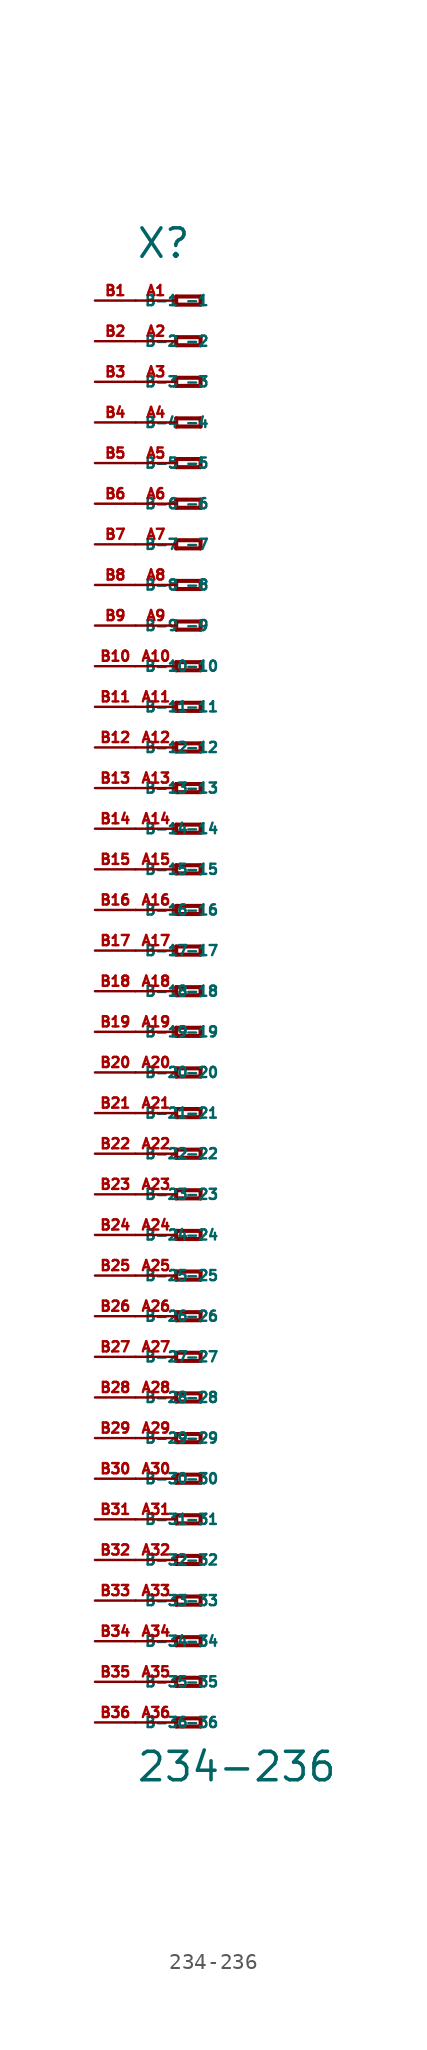
<source format=kicad_sym>
(kicad_symbol_lib
  (version 20220914)
  (generator Eagle2Kicad)
  (symbol "234-236"
    (property "Reference" "X"
      (at -5.08 45.72 0)
      (effects (font (size 1.778 1.778) (thickness 0.22)) (justify left bottom)))
    (property "Value" "234-236"
      (at -5.08 -49.53 0)
      (effects (font (size 1.778 1.778) (thickness 0.22)) (justify left bottom)))
    (polyline
      (pts (xy -2.54 43.434) (xy -2.54 42.926))
      (stroke (width 0.254) (type default))
      (fill (type none)))
    (polyline
      (pts (xy -2.54 42.926) (xy -1.016 42.926))
      (stroke (width 0.254) (type default))
      (fill (type none)))
    (polyline
      (pts (xy -1.016 42.926) (xy -1.016 43.434))
      (stroke (width 0.254) (type default))
      (fill (type none)))
    (polyline
      (pts (xy -1.016 43.434) (xy -2.54 43.434))
      (stroke (width 0.254) (type default))
      (fill (type none)))
    (polyline
      (pts (xy -2.54 40.894) (xy -2.54 40.386))
      (stroke (width 0.254) (type default))
      (fill (type none)))
    (polyline
      (pts (xy -2.54 40.386) (xy -1.016 40.386))
      (stroke (width 0.254) (type default))
      (fill (type none)))
    (polyline
      (pts (xy -1.016 40.386) (xy -1.016 40.894))
      (stroke (width 0.254) (type default))
      (fill (type none)))
    (polyline
      (pts (xy -1.016 40.894) (xy -2.54 40.894))
      (stroke (width 0.254) (type default))
      (fill (type none)))
    (polyline
      (pts (xy -2.54 38.354) (xy -2.54 37.846))
      (stroke (width 0.254) (type default))
      (fill (type none)))
    (polyline
      (pts (xy -2.54 37.846) (xy -1.016 37.846))
      (stroke (width 0.254) (type default))
      (fill (type none)))
    (polyline
      (pts (xy -1.016 37.846) (xy -1.016 38.354))
      (stroke (width 0.254) (type default))
      (fill (type none)))
    (polyline
      (pts (xy -1.016 38.354) (xy -2.54 38.354))
      (stroke (width 0.254) (type default))
      (fill (type none)))
    (polyline
      (pts (xy -2.54 35.814) (xy -2.54 35.306))
      (stroke (width 0.254) (type default))
      (fill (type none)))
    (polyline
      (pts (xy -2.54 35.306) (xy -1.016 35.306))
      (stroke (width 0.254) (type default))
      (fill (type none)))
    (polyline
      (pts (xy -1.016 35.306) (xy -1.016 35.814))
      (stroke (width 0.254) (type default))
      (fill (type none)))
    (polyline
      (pts (xy -1.016 35.814) (xy -2.54 35.814))
      (stroke (width 0.254) (type default))
      (fill (type none)))
    (polyline
      (pts (xy -2.54 33.274) (xy -2.54 32.766))
      (stroke (width 0.254) (type default))
      (fill (type none)))
    (polyline
      (pts (xy -2.54 32.766) (xy -1.016 32.766))
      (stroke (width 0.254) (type default))
      (fill (type none)))
    (polyline
      (pts (xy -1.016 32.766) (xy -1.016 33.274))
      (stroke (width 0.254) (type default))
      (fill (type none)))
    (polyline
      (pts (xy -1.016 33.274) (xy -2.54 33.274))
      (stroke (width 0.254) (type default))
      (fill (type none)))
    (polyline
      (pts (xy -2.54 30.734) (xy -2.54 30.226))
      (stroke (width 0.254) (type default))
      (fill (type none)))
    (polyline
      (pts (xy -2.54 30.226) (xy -1.016 30.226))
      (stroke (width 0.254) (type default))
      (fill (type none)))
    (polyline
      (pts (xy -1.016 30.226) (xy -1.016 30.734))
      (stroke (width 0.254) (type default))
      (fill (type none)))
    (polyline
      (pts (xy -1.016 30.734) (xy -2.54 30.734))
      (stroke (width 0.254) (type default))
      (fill (type none)))
    (polyline
      (pts (xy -2.54 28.194) (xy -2.54 27.686))
      (stroke (width 0.254) (type default))
      (fill (type none)))
    (polyline
      (pts (xy -2.54 27.686) (xy -1.016 27.686))
      (stroke (width 0.254) (type default))
      (fill (type none)))
    (polyline
      (pts (xy -1.016 27.686) (xy -1.016 28.194))
      (stroke (width 0.254) (type default))
      (fill (type none)))
    (polyline
      (pts (xy -1.016 28.194) (xy -2.54 28.194))
      (stroke (width 0.254) (type default))
      (fill (type none)))
    (polyline
      (pts (xy -2.54 25.654) (xy -2.54 25.146))
      (stroke (width 0.254) (type default))
      (fill (type none)))
    (polyline
      (pts (xy -2.54 25.146) (xy -1.016 25.146))
      (stroke (width 0.254) (type default))
      (fill (type none)))
    (polyline
      (pts (xy -1.016 25.146) (xy -1.016 25.654))
      (stroke (width 0.254) (type default))
      (fill (type none)))
    (polyline
      (pts (xy -1.016 25.654) (xy -2.54 25.654))
      (stroke (width 0.254) (type default))
      (fill (type none)))
    (polyline
      (pts (xy -2.54 23.114) (xy -2.54 22.606))
      (stroke (width 0.254) (type default))
      (fill (type none)))
    (polyline
      (pts (xy -2.54 22.606) (xy -1.016 22.606))
      (stroke (width 0.254) (type default))
      (fill (type none)))
    (polyline
      (pts (xy -1.016 22.606) (xy -1.016 23.114))
      (stroke (width 0.254) (type default))
      (fill (type none)))
    (polyline
      (pts (xy -1.016 23.114) (xy -2.54 23.114))
      (stroke (width 0.254) (type default))
      (fill (type none)))
    (polyline
      (pts (xy -2.54 20.574) (xy -2.54 20.066))
      (stroke (width 0.254) (type default))
      (fill (type none)))
    (polyline
      (pts (xy -2.54 20.066) (xy -1.016 20.066))
      (stroke (width 0.254) (type default))
      (fill (type none)))
    (polyline
      (pts (xy -1.016 20.066) (xy -1.016 20.574))
      (stroke (width 0.254) (type default))
      (fill (type none)))
    (polyline
      (pts (xy -1.016 20.574) (xy -2.54 20.574))
      (stroke (width 0.254) (type default))
      (fill (type none)))
    (polyline
      (pts (xy -2.54 18.034) (xy -2.54 17.526))
      (stroke (width 0.254) (type default))
      (fill (type none)))
    (polyline
      (pts (xy -2.54 17.526) (xy -1.016 17.526))
      (stroke (width 0.254) (type default))
      (fill (type none)))
    (polyline
      (pts (xy -1.016 17.526) (xy -1.016 18.034))
      (stroke (width 0.254) (type default))
      (fill (type none)))
    (polyline
      (pts (xy -1.016 18.034) (xy -2.54 18.034))
      (stroke (width 0.254) (type default))
      (fill (type none)))
    (polyline
      (pts (xy -2.54 15.494) (xy -2.54 14.986))
      (stroke (width 0.254) (type default))
      (fill (type none)))
    (polyline
      (pts (xy -2.54 14.986) (xy -1.016 14.986))
      (stroke (width 0.254) (type default))
      (fill (type none)))
    (polyline
      (pts (xy -1.016 14.986) (xy -1.016 15.494))
      (stroke (width 0.254) (type default))
      (fill (type none)))
    (polyline
      (pts (xy -1.016 15.494) (xy -2.54 15.494))
      (stroke (width 0.254) (type default))
      (fill (type none)))
    (polyline
      (pts (xy -2.54 12.954) (xy -2.54 12.446))
      (stroke (width 0.254) (type default))
      (fill (type none)))
    (polyline
      (pts (xy -2.54 12.446) (xy -1.016 12.446))
      (stroke (width 0.254) (type default))
      (fill (type none)))
    (polyline
      (pts (xy -1.016 12.446) (xy -1.016 12.954))
      (stroke (width 0.254) (type default))
      (fill (type none)))
    (polyline
      (pts (xy -1.016 12.954) (xy -2.54 12.954))
      (stroke (width 0.254) (type default))
      (fill (type none)))
    (polyline
      (pts (xy -2.54 10.414) (xy -2.54 9.906))
      (stroke (width 0.254) (type default))
      (fill (type none)))
    (polyline
      (pts (xy -2.54 9.906) (xy -1.016 9.906))
      (stroke (width 0.254) (type default))
      (fill (type none)))
    (polyline
      (pts (xy -1.016 9.906) (xy -1.016 10.414))
      (stroke (width 0.254) (type default))
      (fill (type none)))
    (polyline
      (pts (xy -1.016 10.414) (xy -2.54 10.414))
      (stroke (width 0.254) (type default))
      (fill (type none)))
    (polyline
      (pts (xy -2.54 7.874) (xy -2.54 7.366))
      (stroke (width 0.254) (type default))
      (fill (type none)))
    (polyline
      (pts (xy -2.54 7.366) (xy -1.016 7.366))
      (stroke (width 0.254) (type default))
      (fill (type none)))
    (polyline
      (pts (xy -1.016 7.366) (xy -1.016 7.874))
      (stroke (width 0.254) (type default))
      (fill (type none)))
    (polyline
      (pts (xy -1.016 7.874) (xy -2.54 7.874))
      (stroke (width 0.254) (type default))
      (fill (type none)))
    (polyline
      (pts (xy -2.54 5.334) (xy -2.54 4.826))
      (stroke (width 0.254) (type default))
      (fill (type none)))
    (polyline
      (pts (xy -2.54 4.826) (xy -1.016 4.826))
      (stroke (width 0.254) (type default))
      (fill (type none)))
    (polyline
      (pts (xy -1.016 4.826) (xy -1.016 5.334))
      (stroke (width 0.254) (type default))
      (fill (type none)))
    (polyline
      (pts (xy -1.016 5.334) (xy -2.54 5.334))
      (stroke (width 0.254) (type default))
      (fill (type none)))
    (polyline
      (pts (xy -2.54 2.794) (xy -2.54 2.286))
      (stroke (width 0.254) (type default))
      (fill (type none)))
    (polyline
      (pts (xy -2.54 2.286) (xy -1.016 2.286))
      (stroke (width 0.254) (type default))
      (fill (type none)))
    (polyline
      (pts (xy -1.016 2.286) (xy -1.016 2.794))
      (stroke (width 0.254) (type default))
      (fill (type none)))
    (polyline
      (pts (xy -1.016 2.794) (xy -2.54 2.794))
      (stroke (width 0.254) (type default))
      (fill (type none)))
    (polyline
      (pts (xy -2.54 0.254) (xy -2.54 -0.254))
      (stroke (width 0.254) (type default))
      (fill (type none)))
    (polyline
      (pts (xy -2.54 -0.254) (xy -1.016 -0.254))
      (stroke (width 0.254) (type default))
      (fill (type none)))
    (polyline
      (pts (xy -1.016 -0.254) (xy -1.016 0.254))
      (stroke (width 0.254) (type default))
      (fill (type none)))
    (polyline
      (pts (xy -1.016 0.254) (xy -2.54 0.254))
      (stroke (width 0.254) (type default))
      (fill (type none)))
    (polyline
      (pts (xy -2.54 -2.286) (xy -2.54 -2.794))
      (stroke (width 0.254) (type default))
      (fill (type none)))
    (polyline
      (pts (xy -2.54 -2.794) (xy -1.016 -2.794))
      (stroke (width 0.254) (type default))
      (fill (type none)))
    (polyline
      (pts (xy -1.016 -2.794) (xy -1.016 -2.286))
      (stroke (width 0.254) (type default))
      (fill (type none)))
    (polyline
      (pts (xy -1.016 -2.286) (xy -2.54 -2.286))
      (stroke (width 0.254) (type default))
      (fill (type none)))
    (polyline
      (pts (xy -2.54 -4.826) (xy -2.54 -5.334))
      (stroke (width 0.254) (type default))
      (fill (type none)))
    (polyline
      (pts (xy -2.54 -5.334) (xy -1.016 -5.334))
      (stroke (width 0.254) (type default))
      (fill (type none)))
    (polyline
      (pts (xy -1.016 -5.334) (xy -1.016 -4.826))
      (stroke (width 0.254) (type default))
      (fill (type none)))
    (polyline
      (pts (xy -1.016 -4.826) (xy -2.54 -4.826))
      (stroke (width 0.254) (type default))
      (fill (type none)))
    (polyline
      (pts (xy -2.54 -7.366) (xy -2.54 -7.874))
      (stroke (width 0.254) (type default))
      (fill (type none)))
    (polyline
      (pts (xy -2.54 -7.874) (xy -1.016 -7.874))
      (stroke (width 0.254) (type default))
      (fill (type none)))
    (polyline
      (pts (xy -1.016 -7.874) (xy -1.016 -7.366))
      (stroke (width 0.254) (type default))
      (fill (type none)))
    (polyline
      (pts (xy -1.016 -7.366) (xy -2.54 -7.366))
      (stroke (width 0.254) (type default))
      (fill (type none)))
    (polyline
      (pts (xy -2.54 -9.906) (xy -2.54 -10.414))
      (stroke (width 0.254) (type default))
      (fill (type none)))
    (polyline
      (pts (xy -2.54 -10.414) (xy -1.016 -10.414))
      (stroke (width 0.254) (type default))
      (fill (type none)))
    (polyline
      (pts (xy -1.016 -10.414) (xy -1.016 -9.906))
      (stroke (width 0.254) (type default))
      (fill (type none)))
    (polyline
      (pts (xy -1.016 -9.906) (xy -2.54 -9.906))
      (stroke (width 0.254) (type default))
      (fill (type none)))
    (polyline
      (pts (xy -2.54 -12.446) (xy -2.54 -12.954))
      (stroke (width 0.254) (type default))
      (fill (type none)))
    (polyline
      (pts (xy -2.54 -12.954) (xy -1.016 -12.954))
      (stroke (width 0.254) (type default))
      (fill (type none)))
    (polyline
      (pts (xy -1.016 -12.954) (xy -1.016 -12.446))
      (stroke (width 0.254) (type default))
      (fill (type none)))
    (polyline
      (pts (xy -1.016 -12.446) (xy -2.54 -12.446))
      (stroke (width 0.254) (type default))
      (fill (type none)))
    (polyline
      (pts (xy -2.54 -14.986) (xy -2.54 -15.494))
      (stroke (width 0.254) (type default))
      (fill (type none)))
    (polyline
      (pts (xy -2.54 -15.494) (xy -1.016 -15.494))
      (stroke (width 0.254) (type default))
      (fill (type none)))
    (polyline
      (pts (xy -1.016 -15.494) (xy -1.016 -14.986))
      (stroke (width 0.254) (type default))
      (fill (type none)))
    (polyline
      (pts (xy -1.016 -14.986) (xy -2.54 -14.986))
      (stroke (width 0.254) (type default))
      (fill (type none)))
    (polyline
      (pts (xy -2.54 -17.526) (xy -2.54 -18.034))
      (stroke (width 0.254) (type default))
      (fill (type none)))
    (polyline
      (pts (xy -2.54 -18.034) (xy -1.016 -18.034))
      (stroke (width 0.254) (type default))
      (fill (type none)))
    (polyline
      (pts (xy -1.016 -18.034) (xy -1.016 -17.526))
      (stroke (width 0.254) (type default))
      (fill (type none)))
    (polyline
      (pts (xy -1.016 -17.526) (xy -2.54 -17.526))
      (stroke (width 0.254) (type default))
      (fill (type none)))
    (polyline
      (pts (xy -2.54 -20.066) (xy -2.54 -20.574))
      (stroke (width 0.254) (type default))
      (fill (type none)))
    (polyline
      (pts (xy -2.54 -20.574) (xy -1.016 -20.574))
      (stroke (width 0.254) (type default))
      (fill (type none)))
    (polyline
      (pts (xy -1.016 -20.574) (xy -1.016 -20.066))
      (stroke (width 0.254) (type default))
      (fill (type none)))
    (polyline
      (pts (xy -1.016 -20.066) (xy -2.54 -20.066))
      (stroke (width 0.254) (type default))
      (fill (type none)))
    (polyline
      (pts (xy -2.54 -22.606) (xy -2.54 -23.114))
      (stroke (width 0.254) (type default))
      (fill (type none)))
    (polyline
      (pts (xy -2.54 -23.114) (xy -1.016 -23.114))
      (stroke (width 0.254) (type default))
      (fill (type none)))
    (polyline
      (pts (xy -1.016 -23.114) (xy -1.016 -22.606))
      (stroke (width 0.254) (type default))
      (fill (type none)))
    (polyline
      (pts (xy -1.016 -22.606) (xy -2.54 -22.606))
      (stroke (width 0.254) (type default))
      (fill (type none)))
    (polyline
      (pts (xy -2.54 -25.146) (xy -2.54 -25.654))
      (stroke (width 0.254) (type default))
      (fill (type none)))
    (polyline
      (pts (xy -2.54 -25.654) (xy -1.016 -25.654))
      (stroke (width 0.254) (type default))
      (fill (type none)))
    (polyline
      (pts (xy -1.016 -25.654) (xy -1.016 -25.146))
      (stroke (width 0.254) (type default))
      (fill (type none)))
    (polyline
      (pts (xy -1.016 -25.146) (xy -2.54 -25.146))
      (stroke (width 0.254) (type default))
      (fill (type none)))
    (polyline
      (pts (xy -2.54 -27.686) (xy -2.54 -28.194))
      (stroke (width 0.254) (type default))
      (fill (type none)))
    (polyline
      (pts (xy -2.54 -28.194) (xy -1.016 -28.194))
      (stroke (width 0.254) (type default))
      (fill (type none)))
    (polyline
      (pts (xy -1.016 -28.194) (xy -1.016 -27.686))
      (stroke (width 0.254) (type default))
      (fill (type none)))
    (polyline
      (pts (xy -1.016 -27.686) (xy -2.54 -27.686))
      (stroke (width 0.254) (type default))
      (fill (type none)))
    (polyline
      (pts (xy -2.54 -30.226) (xy -2.54 -30.734))
      (stroke (width 0.254) (type default))
      (fill (type none)))
    (polyline
      (pts (xy -2.54 -30.734) (xy -1.016 -30.734))
      (stroke (width 0.254) (type default))
      (fill (type none)))
    (polyline
      (pts (xy -1.016 -30.734) (xy -1.016 -30.226))
      (stroke (width 0.254) (type default))
      (fill (type none)))
    (polyline
      (pts (xy -1.016 -30.226) (xy -2.54 -30.226))
      (stroke (width 0.254) (type default))
      (fill (type none)))
    (polyline
      (pts (xy -2.54 -32.766) (xy -2.54 -33.274))
      (stroke (width 0.254) (type default))
      (fill (type none)))
    (polyline
      (pts (xy -2.54 -33.274) (xy -1.016 -33.274))
      (stroke (width 0.254) (type default))
      (fill (type none)))
    (polyline
      (pts (xy -1.016 -33.274) (xy -1.016 -32.766))
      (stroke (width 0.254) (type default))
      (fill (type none)))
    (polyline
      (pts (xy -1.016 -32.766) (xy -2.54 -32.766))
      (stroke (width 0.254) (type default))
      (fill (type none)))
    (polyline
      (pts (xy -2.54 -35.306) (xy -2.54 -35.814))
      (stroke (width 0.254) (type default))
      (fill (type none)))
    (polyline
      (pts (xy -2.54 -35.814) (xy -1.016 -35.814))
      (stroke (width 0.254) (type default))
      (fill (type none)))
    (polyline
      (pts (xy -1.016 -35.814) (xy -1.016 -35.306))
      (stroke (width 0.254) (type default))
      (fill (type none)))
    (polyline
      (pts (xy -1.016 -35.306) (xy -2.54 -35.306))
      (stroke (width 0.254) (type default))
      (fill (type none)))
    (polyline
      (pts (xy -2.54 -37.846) (xy -2.54 -38.354))
      (stroke (width 0.254) (type default))
      (fill (type none)))
    (polyline
      (pts (xy -2.54 -38.354) (xy -1.016 -38.354))
      (stroke (width 0.254) (type default))
      (fill (type none)))
    (polyline
      (pts (xy -1.016 -38.354) (xy -1.016 -37.846))
      (stroke (width 0.254) (type default))
      (fill (type none)))
    (polyline
      (pts (xy -1.016 -37.846) (xy -2.54 -37.846))
      (stroke (width 0.254) (type default))
      (fill (type none)))
    (polyline
      (pts (xy -2.54 -40.386) (xy -2.54 -40.894))
      (stroke (width 0.254) (type default))
      (fill (type none)))
    (polyline
      (pts (xy -2.54 -40.894) (xy -1.016 -40.894))
      (stroke (width 0.254) (type default))
      (fill (type none)))
    (polyline
      (pts (xy -1.016 -40.894) (xy -1.016 -40.386))
      (stroke (width 0.254) (type default))
      (fill (type none)))
    (polyline
      (pts (xy -1.016 -40.386) (xy -2.54 -40.386))
      (stroke (width 0.254) (type default))
      (fill (type none)))
    (polyline
      (pts (xy -2.54 -42.926) (xy -2.54 -43.434))
      (stroke (width 0.254) (type default))
      (fill (type none)))
    (polyline
      (pts (xy -2.54 -43.434) (xy -1.016 -43.434))
      (stroke (width 0.254) (type default))
      (fill (type none)))
    (polyline
      (pts (xy -1.016 -43.434) (xy -1.016 -42.926))
      (stroke (width 0.254) (type default))
      (fill (type none)))
    (polyline
      (pts (xy -1.016 -42.926) (xy -2.54 -42.926))
      (stroke (width 0.254) (type default))
      (fill (type none)))
    (polyline
      (pts (xy -2.54 -45.466) (xy -2.54 -45.974))
      (stroke (width 0.254) (type default))
      (fill (type none)))
    (polyline
      (pts (xy -2.54 -45.974) (xy -1.016 -45.974))
      (stroke (width 0.254) (type default))
      (fill (type none)))
    (polyline
      (pts (xy -1.016 -45.974) (xy -1.016 -45.466))
      (stroke (width 0.254) (type default))
      (fill (type none)))
    (polyline
      (pts (xy -1.016 -45.466) (xy -2.54 -45.466))
      (stroke (width 0.254) (type default))
      (fill (type none)))
    (pin passive line
      (at -5.08 43.18 0)
      (length 2.54)
      (name "-1" (effects (font (size 0.635 0.635) (thickness 0.08)) (justify left bottom)))
      (number "A1" (effects (font (size 0.635 0.635) (thickness 0.08)) (justify left bottom))))
    (pin passive line
      (at -5.08 40.64 0)
      (length 2.54)
      (name "-2" (effects (font (size 0.635 0.635) (thickness 0.08)) (justify left bottom)))
      (number "A2" (effects (font (size 0.635 0.635) (thickness 0.08)) (justify left bottom))))
    (pin passive line
      (at -5.08 38.1 0)
      (length 2.54)
      (name "-3" (effects (font (size 0.635 0.635) (thickness 0.08)) (justify left bottom)))
      (number "A3" (effects (font (size 0.635 0.635) (thickness 0.08)) (justify left bottom))))
    (pin passive line
      (at -5.08 35.56 0)
      (length 2.54)
      (name "-4" (effects (font (size 0.635 0.635) (thickness 0.08)) (justify left bottom)))
      (number "A4" (effects (font (size 0.635 0.635) (thickness 0.08)) (justify left bottom))))
    (pin passive line
      (at -5.08 33.02 0)
      (length 2.54)
      (name "-5" (effects (font (size 0.635 0.635) (thickness 0.08)) (justify left bottom)))
      (number "A5" (effects (font (size 0.635 0.635) (thickness 0.08)) (justify left bottom))))
    (pin passive line
      (at -5.08 30.48 0)
      (length 2.54)
      (name "-6" (effects (font (size 0.635 0.635) (thickness 0.08)) (justify left bottom)))
      (number "A6" (effects (font (size 0.635 0.635) (thickness 0.08)) (justify left bottom))))
    (pin passive line
      (at -5.08 27.94 0)
      (length 2.54)
      (name "-7" (effects (font (size 0.635 0.635) (thickness 0.08)) (justify left bottom)))
      (number "A7" (effects (font (size 0.635 0.635) (thickness 0.08)) (justify left bottom))))
    (pin passive line
      (at -5.08 25.4 0)
      (length 2.54)
      (name "-8" (effects (font (size 0.635 0.635) (thickness 0.08)) (justify left bottom)))
      (number "A8" (effects (font (size 0.635 0.635) (thickness 0.08)) (justify left bottom))))
    (pin passive line
      (at -5.08 22.86 0)
      (length 2.54)
      (name "-9" (effects (font (size 0.635 0.635) (thickness 0.08)) (justify left bottom)))
      (number "A9" (effects (font (size 0.635 0.635) (thickness 0.08)) (justify left bottom))))
    (pin passive line
      (at -5.08 20.32 0)
      (length 2.54)
      (name "-10" (effects (font (size 0.635 0.635) (thickness 0.08)) (justify left bottom)))
      (number "A10" (effects (font (size 0.635 0.635) (thickness 0.08)) (justify left bottom))))
    (pin passive line
      (at -5.08 17.78 0)
      (length 2.54)
      (name "-11" (effects (font (size 0.635 0.635) (thickness 0.08)) (justify left bottom)))
      (number "A11" (effects (font (size 0.635 0.635) (thickness 0.08)) (justify left bottom))))
    (pin passive line
      (at -5.08 15.24 0)
      (length 2.54)
      (name "-12" (effects (font (size 0.635 0.635) (thickness 0.08)) (justify left bottom)))
      (number "A12" (effects (font (size 0.635 0.635) (thickness 0.08)) (justify left bottom))))
    (pin passive line
      (at -5.08 12.7 0)
      (length 2.54)
      (name "-13" (effects (font (size 0.635 0.635) (thickness 0.08)) (justify left bottom)))
      (number "A13" (effects (font (size 0.635 0.635) (thickness 0.08)) (justify left bottom))))
    (pin passive line
      (at -5.08 10.16 0)
      (length 2.54)
      (name "-14" (effects (font (size 0.635 0.635) (thickness 0.08)) (justify left bottom)))
      (number "A14" (effects (font (size 0.635 0.635) (thickness 0.08)) (justify left bottom))))
    (pin passive line
      (at -5.08 7.62 0)
      (length 2.54)
      (name "-15" (effects (font (size 0.635 0.635) (thickness 0.08)) (justify left bottom)))
      (number "A15" (effects (font (size 0.635 0.635) (thickness 0.08)) (justify left bottom))))
    (pin passive line
      (at -5.08 5.08 0)
      (length 2.54)
      (name "-16" (effects (font (size 0.635 0.635) (thickness 0.08)) (justify left bottom)))
      (number "A16" (effects (font (size 0.635 0.635) (thickness 0.08)) (justify left bottom))))
    (pin passive line
      (at -5.08 2.54 0)
      (length 2.54)
      (name "-17" (effects (font (size 0.635 0.635) (thickness 0.08)) (justify left bottom)))
      (number "A17" (effects (font (size 0.635 0.635) (thickness 0.08)) (justify left bottom))))
    (pin passive line
      (at -5.08 0 0)
      (length 2.54)
      (name "-18" (effects (font (size 0.635 0.635) (thickness 0.08)) (justify left bottom)))
      (number "A18" (effects (font (size 0.635 0.635) (thickness 0.08)) (justify left bottom))))
    (pin passive line
      (at -5.08 -2.54 0)
      (length 2.54)
      (name "-19" (effects (font (size 0.635 0.635) (thickness 0.08)) (justify left bottom)))
      (number "A19" (effects (font (size 0.635 0.635) (thickness 0.08)) (justify left bottom))))
    (pin passive line
      (at -5.08 -5.08 0)
      (length 2.54)
      (name "-20" (effects (font (size 0.635 0.635) (thickness 0.08)) (justify left bottom)))
      (number "A20" (effects (font (size 0.635 0.635) (thickness 0.08)) (justify left bottom))))
    (pin passive line
      (at -5.08 -7.62 0)
      (length 2.54)
      (name "-21" (effects (font (size 0.635 0.635) (thickness 0.08)) (justify left bottom)))
      (number "A21" (effects (font (size 0.635 0.635) (thickness 0.08)) (justify left bottom))))
    (pin passive line
      (at -5.08 -10.16 0)
      (length 2.54)
      (name "-22" (effects (font (size 0.635 0.635) (thickness 0.08)) (justify left bottom)))
      (number "A22" (effects (font (size 0.635 0.635) (thickness 0.08)) (justify left bottom))))
    (pin passive line
      (at -5.08 -12.7 0)
      (length 2.54)
      (name "-23" (effects (font (size 0.635 0.635) (thickness 0.08)) (justify left bottom)))
      (number "A23" (effects (font (size 0.635 0.635) (thickness 0.08)) (justify left bottom))))
    (pin passive line
      (at -5.08 -15.24 0)
      (length 2.54)
      (name "-24" (effects (font (size 0.635 0.635) (thickness 0.08)) (justify left bottom)))
      (number "A24" (effects (font (size 0.635 0.635) (thickness 0.08)) (justify left bottom))))
    (pin passive line
      (at -5.08 -17.78 0)
      (length 2.54)
      (name "-25" (effects (font (size 0.635 0.635) (thickness 0.08)) (justify left bottom)))
      (number "A25" (effects (font (size 0.635 0.635) (thickness 0.08)) (justify left bottom))))
    (pin passive line
      (at -5.08 -20.32 0)
      (length 2.54)
      (name "-26" (effects (font (size 0.635 0.635) (thickness 0.08)) (justify left bottom)))
      (number "A26" (effects (font (size 0.635 0.635) (thickness 0.08)) (justify left bottom))))
    (pin passive line
      (at -5.08 -22.86 0)
      (length 2.54)
      (name "-27" (effects (font (size 0.635 0.635) (thickness 0.08)) (justify left bottom)))
      (number "A27" (effects (font (size 0.635 0.635) (thickness 0.08)) (justify left bottom))))
    (pin passive line
      (at -5.08 -25.4 0)
      (length 2.54)
      (name "-28" (effects (font (size 0.635 0.635) (thickness 0.08)) (justify left bottom)))
      (number "A28" (effects (font (size 0.635 0.635) (thickness 0.08)) (justify left bottom))))
    (pin passive line
      (at -5.08 -27.94 0)
      (length 2.54)
      (name "-29" (effects (font (size 0.635 0.635) (thickness 0.08)) (justify left bottom)))
      (number "A29" (effects (font (size 0.635 0.635) (thickness 0.08)) (justify left bottom))))
    (pin passive line
      (at -5.08 -30.48 0)
      (length 2.54)
      (name "-30" (effects (font (size 0.635 0.635) (thickness 0.08)) (justify left bottom)))
      (number "A30" (effects (font (size 0.635 0.635) (thickness 0.08)) (justify left bottom))))
    (pin passive line
      (at -5.08 -33.02 0)
      (length 2.54)
      (name "-31" (effects (font (size 0.635 0.635) (thickness 0.08)) (justify left bottom)))
      (number "A31" (effects (font (size 0.635 0.635) (thickness 0.08)) (justify left bottom))))
    (pin passive line
      (at -5.08 -35.56 0)
      (length 2.54)
      (name "-32" (effects (font (size 0.635 0.635) (thickness 0.08)) (justify left bottom)))
      (number "A32" (effects (font (size 0.635 0.635) (thickness 0.08)) (justify left bottom))))
    (pin passive line
      (at -5.08 -38.1 0)
      (length 2.54)
      (name "-33" (effects (font (size 0.635 0.635) (thickness 0.08)) (justify left bottom)))
      (number "A33" (effects (font (size 0.635 0.635) (thickness 0.08)) (justify left bottom))))
    (pin passive line
      (at -5.08 -40.64 0)
      (length 2.54)
      (name "-34" (effects (font (size 0.635 0.635) (thickness 0.08)) (justify left bottom)))
      (number "A34" (effects (font (size 0.635 0.635) (thickness 0.08)) (justify left bottom))))
    (pin passive line
      (at -5.08 -43.18 0)
      (length 2.54)
      (name "-35" (effects (font (size 0.635 0.635) (thickness 0.08)) (justify left bottom)))
      (number "A35" (effects (font (size 0.635 0.635) (thickness 0.08)) (justify left bottom))))
    (pin passive line
      (at -5.08 -45.72 0)
      (length 2.54)
      (name "-36" (effects (font (size 0.635 0.635) (thickness 0.08)) (justify left bottom)))
      (number "A36" (effects (font (size 0.635 0.635) (thickness 0.08)) (justify left bottom))))
    (pin passive line
      (at -7.62 -45.72 0)
      (length 2.54)
      (name "B-36" (effects (font (size 0.635 0.635) (thickness 0.08)) (justify left bottom)))
      (number "B36" (effects (font (size 0.635 0.635) (thickness 0.08)) (justify left bottom))))
    (pin passive line
      (at -7.62 43.18 0)
      (length 2.54)
      (name "B-1" (effects (font (size 0.635 0.635) (thickness 0.08)) (justify left bottom)))
      (number "B1" (effects (font (size 0.635 0.635) (thickness 0.08)) (justify left bottom))))
    (pin passive line
      (at -7.62 40.64 0)
      (length 2.54)
      (name "B-2" (effects (font (size 0.635 0.635) (thickness 0.08)) (justify left bottom)))
      (number "B2" (effects (font (size 0.635 0.635) (thickness 0.08)) (justify left bottom))))
    (pin passive line
      (at -7.62 38.1 0)
      (length 2.54)
      (name "B-3" (effects (font (size 0.635 0.635) (thickness 0.08)) (justify left bottom)))
      (number "B3" (effects (font (size 0.635 0.635) (thickness 0.08)) (justify left bottom))))
    (pin passive line
      (at -7.62 35.56 0)
      (length 2.54)
      (name "B-4" (effects (font (size 0.635 0.635) (thickness 0.08)) (justify left bottom)))
      (number "B4" (effects (font (size 0.635 0.635) (thickness 0.08)) (justify left bottom))))
    (pin passive line
      (at -7.62 33.02 0)
      (length 2.54)
      (name "B-5" (effects (font (size 0.635 0.635) (thickness 0.08)) (justify left bottom)))
      (number "B5" (effects (font (size 0.635 0.635) (thickness 0.08)) (justify left bottom))))
    (pin passive line
      (at -7.62 30.48 0)
      (length 2.54)
      (name "B-6" (effects (font (size 0.635 0.635) (thickness 0.08)) (justify left bottom)))
      (number "B6" (effects (font (size 0.635 0.635) (thickness 0.08)) (justify left bottom))))
    (pin passive line
      (at -7.62 27.94 0)
      (length 2.54)
      (name "B-7" (effects (font (size 0.635 0.635) (thickness 0.08)) (justify left bottom)))
      (number "B7" (effects (font (size 0.635 0.635) (thickness 0.08)) (justify left bottom))))
    (pin passive line
      (at -7.62 25.4 0)
      (length 2.54)
      (name "B-8" (effects (font (size 0.635 0.635) (thickness 0.08)) (justify left bottom)))
      (number "B8" (effects (font (size 0.635 0.635) (thickness 0.08)) (justify left bottom))))
    (pin passive line
      (at -7.62 22.86 0)
      (length 2.54)
      (name "B-9" (effects (font (size 0.635 0.635) (thickness 0.08)) (justify left bottom)))
      (number "B9" (effects (font (size 0.635 0.635) (thickness 0.08)) (justify left bottom))))
    (pin passive line
      (at -7.62 20.32 0)
      (length 2.54)
      (name "B-10" (effects (font (size 0.635 0.635) (thickness 0.08)) (justify left bottom)))
      (number "B10" (effects (font (size 0.635 0.635) (thickness 0.08)) (justify left bottom))))
    (pin passive line
      (at -7.62 17.78 0)
      (length 2.54)
      (name "B-11" (effects (font (size 0.635 0.635) (thickness 0.08)) (justify left bottom)))
      (number "B11" (effects (font (size 0.635 0.635) (thickness 0.08)) (justify left bottom))))
    (pin passive line
      (at -7.62 15.24 0)
      (length 2.54)
      (name "B-12" (effects (font (size 0.635 0.635) (thickness 0.08)) (justify left bottom)))
      (number "B12" (effects (font (size 0.635 0.635) (thickness 0.08)) (justify left bottom))))
    (pin passive line
      (at -7.62 12.7 0)
      (length 2.54)
      (name "B-13" (effects (font (size 0.635 0.635) (thickness 0.08)) (justify left bottom)))
      (number "B13" (effects (font (size 0.635 0.635) (thickness 0.08)) (justify left bottom))))
    (pin passive line
      (at -7.62 10.16 0)
      (length 2.54)
      (name "B-14" (effects (font (size 0.635 0.635) (thickness 0.08)) (justify left bottom)))
      (number "B14" (effects (font (size 0.635 0.635) (thickness 0.08)) (justify left bottom))))
    (pin passive line
      (at -7.62 7.62 0)
      (length 2.54)
      (name "B-15" (effects (font (size 0.635 0.635) (thickness 0.08)) (justify left bottom)))
      (number "B15" (effects (font (size 0.635 0.635) (thickness 0.08)) (justify left bottom))))
    (pin passive line
      (at -7.62 5.08 0)
      (length 2.54)
      (name "B-16" (effects (font (size 0.635 0.635) (thickness 0.08)) (justify left bottom)))
      (number "B16" (effects (font (size 0.635 0.635) (thickness 0.08)) (justify left bottom))))
    (pin passive line
      (at -7.62 2.54 0)
      (length 2.54)
      (name "B-17" (effects (font (size 0.635 0.635) (thickness 0.08)) (justify left bottom)))
      (number "B17" (effects (font (size 0.635 0.635) (thickness 0.08)) (justify left bottom))))
    (pin passive line
      (at -7.62 0 0)
      (length 2.54)
      (name "B-18" (effects (font (size 0.635 0.635) (thickness 0.08)) (justify left bottom)))
      (number "B18" (effects (font (size 0.635 0.635) (thickness 0.08)) (justify left bottom))))
    (pin passive line
      (at -7.62 -2.54 0)
      (length 2.54)
      (name "B-19" (effects (font (size 0.635 0.635) (thickness 0.08)) (justify left bottom)))
      (number "B19" (effects (font (size 0.635 0.635) (thickness 0.08)) (justify left bottom))))
    (pin passive line
      (at -7.62 -5.08 0)
      (length 2.54)
      (name "B-20" (effects (font (size 0.635 0.635) (thickness 0.08)) (justify left bottom)))
      (number "B20" (effects (font (size 0.635 0.635) (thickness 0.08)) (justify left bottom))))
    (pin passive line
      (at -7.62 -7.62 0)
      (length 2.54)
      (name "B-21" (effects (font (size 0.635 0.635) (thickness 0.08)) (justify left bottom)))
      (number "B21" (effects (font (size 0.635 0.635) (thickness 0.08)) (justify left bottom))))
    (pin passive line
      (at -7.62 -10.16 0)
      (length 2.54)
      (name "B-22" (effects (font (size 0.635 0.635) (thickness 0.08)) (justify left bottom)))
      (number "B22" (effects (font (size 0.635 0.635) (thickness 0.08)) (justify left bottom))))
    (pin passive line
      (at -7.62 -12.7 0)
      (length 2.54)
      (name "B-23" (effects (font (size 0.635 0.635) (thickness 0.08)) (justify left bottom)))
      (number "B23" (effects (font (size 0.635 0.635) (thickness 0.08)) (justify left bottom))))
    (pin passive line
      (at -7.62 -15.24 0)
      (length 2.54)
      (name "B-24" (effects (font (size 0.635 0.635) (thickness 0.08)) (justify left bottom)))
      (number "B24" (effects (font (size 0.635 0.635) (thickness 0.08)) (justify left bottom))))
    (pin passive line
      (at -7.62 -17.78 0)
      (length 2.54)
      (name "B-25" (effects (font (size 0.635 0.635) (thickness 0.08)) (justify left bottom)))
      (number "B25" (effects (font (size 0.635 0.635) (thickness 0.08)) (justify left bottom))))
    (pin passive line
      (at -7.62 -20.32 0)
      (length 2.54)
      (name "B-26" (effects (font (size 0.635 0.635) (thickness 0.08)) (justify left bottom)))
      (number "B26" (effects (font (size 0.635 0.635) (thickness 0.08)) (justify left bottom))))
    (pin passive line
      (at -7.62 -22.86 0)
      (length 2.54)
      (name "B-27" (effects (font (size 0.635 0.635) (thickness 0.08)) (justify left bottom)))
      (number "B27" (effects (font (size 0.635 0.635) (thickness 0.08)) (justify left bottom))))
    (pin passive line
      (at -7.62 -25.4 0)
      (length 2.54)
      (name "B-28" (effects (font (size 0.635 0.635) (thickness 0.08)) (justify left bottom)))
      (number "B28" (effects (font (size 0.635 0.635) (thickness 0.08)) (justify left bottom))))
    (pin passive line
      (at -7.62 -27.94 0)
      (length 2.54)
      (name "B-29" (effects (font (size 0.635 0.635) (thickness 0.08)) (justify left bottom)))
      (number "B29" (effects (font (size 0.635 0.635) (thickness 0.08)) (justify left bottom))))
    (pin passive line
      (at -7.62 -30.48 0)
      (length 2.54)
      (name "B-30" (effects (font (size 0.635 0.635) (thickness 0.08)) (justify left bottom)))
      (number "B30" (effects (font (size 0.635 0.635) (thickness 0.08)) (justify left bottom))))
    (pin passive line
      (at -7.62 -33.02 0)
      (length 2.54)
      (name "B-31" (effects (font (size 0.635 0.635) (thickness 0.08)) (justify left bottom)))
      (number "B31" (effects (font (size 0.635 0.635) (thickness 0.08)) (justify left bottom))))
    (pin passive line
      (at -7.62 -35.56 0)
      (length 2.54)
      (name "B-32" (effects (font (size 0.635 0.635) (thickness 0.08)) (justify left bottom)))
      (number "B32" (effects (font (size 0.635 0.635) (thickness 0.08)) (justify left bottom))))
    (pin passive line
      (at -7.62 -38.1 0)
      (length 2.54)
      (name "B-33" (effects (font (size 0.635 0.635) (thickness 0.08)) (justify left bottom)))
      (number "B33" (effects (font (size 0.635 0.635) (thickness 0.08)) (justify left bottom))))
    (pin passive line
      (at -7.62 -40.64 0)
      (length 2.54)
      (name "B-34" (effects (font (size 0.635 0.635) (thickness 0.08)) (justify left bottom)))
      (number "B34" (effects (font (size 0.635 0.635) (thickness 0.08)) (justify left bottom))))
    (pin passive line
      (at -7.62 -43.18 0)
      (length 2.54)
      (name "B-35" (effects (font (size 0.635 0.635) (thickness 0.08)) (justify left bottom)))
      (number "B35" (effects (font (size 0.635 0.635) (thickness 0.08)) (justify left bottom))))))
</source>
